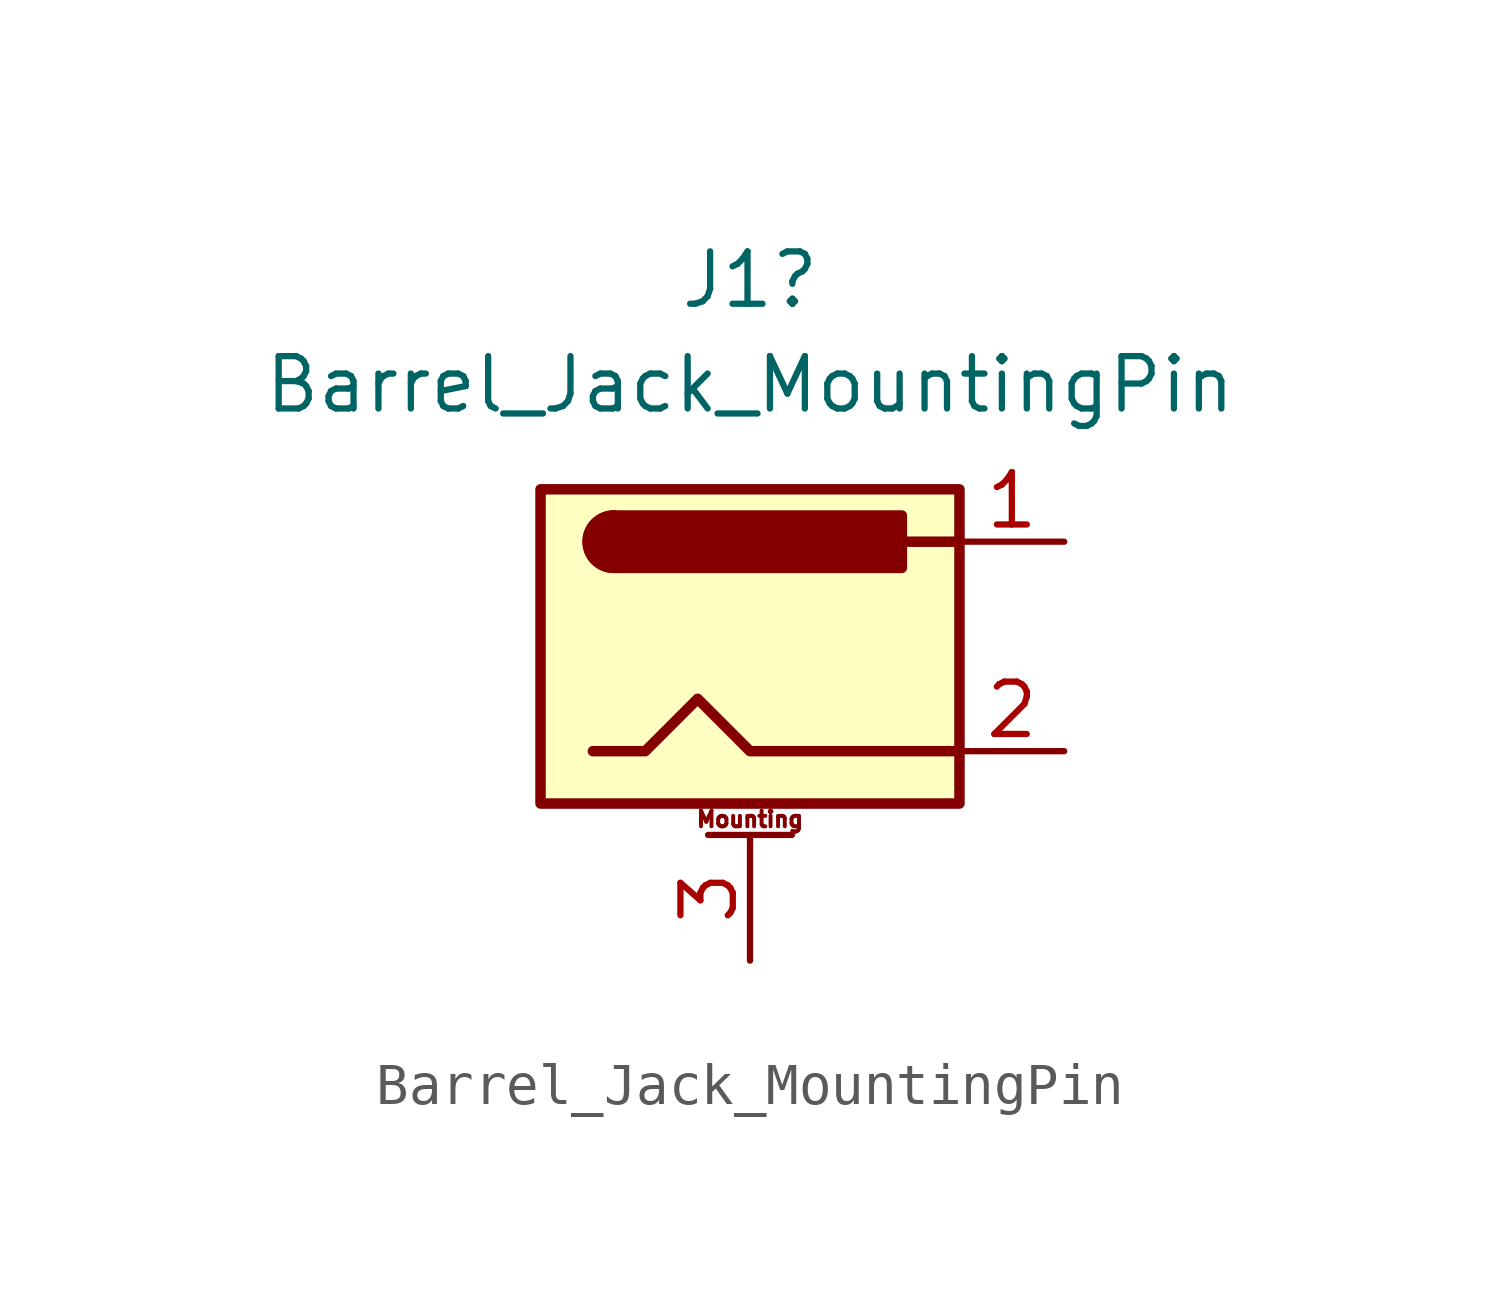
<source format=kicad_sym>
(kicad_symbol_lib
  (version 20220914)
  (generator kicad_symbol_editor)
  (symbol "Barrel_Jack_MountingPin"
    (pin_names hide)
    (property "Reference" "J1"
      (at 0 8.89 0)
      (effects (font (size 1.27 1.27))))
    (property "Value" "Barrel_Jack_MountingPin"
      (at 0 6.35 0)
      (effects (font (size 1.27 1.27))))
    (symbol "Barrel_Jack_MountingPin_0_1"
      (rectangle (start -5.08 3.81) (end 5.08 -3.81) (stroke (width 0.254) (type default)) (fill (type background)))
      (arc (start -3.302 3.175) (mid -3.9343 2.54) (end -3.302 1.905) (stroke (width 0.254) (type default)) (fill (type none)))
      (arc (start -3.302 3.175) (mid -3.9343 2.54) (end -3.302 1.905) (stroke (width 0.254) (type default)) (fill (type outline)))
      (polyline (pts (xy 5.08 2.54) (xy 3.81 2.54)) (stroke (width 0.254) (type default)) (fill (type none)))
      (polyline (pts (xy -3.81 -2.54) (xy -2.54 -2.54) (xy -1.27 -1.27) (xy 0 -2.54) (xy 2.54 -2.54) (xy 5.08 -2.54)) (stroke (width 0.254) (type default)) (fill (type none)))
      (rectangle (start 3.683 3.175) (end -3.302 1.905) (stroke (width 0.254) (type default)) (fill (type outline))))
    (symbol "Barrel_Jack_MountingPin_1_1"
      (polyline (pts (xy -1.016 -4.572) (xy 1.016 -4.572)) (stroke (width 0.152) (type default)) (fill (type none)))
      (text "Mounting" (at 0 -4.191 0) (effects (font (size 0.381 0.381))))
      (pin passive line (at 7.62 2.54 180) (length 2.54) (name "~" (effects (font (size 1.27 1.27)))) (number "1" (effects (font (size 1.27 1.27)))))
      (pin passive line (at 7.62 -2.54 180) (length 2.54) (name "~" (effects (font (size 1.27 1.27)))) (number "2" (effects (font (size 1.27 1.27)))))
      (pin passive line (at 0 -7.62 90) (length 3.048) (name "MountPin" (effects (font (size 1.27 1.27)))) (number "3" (effects (font (size 1.27 1.27))))))))
</source>
